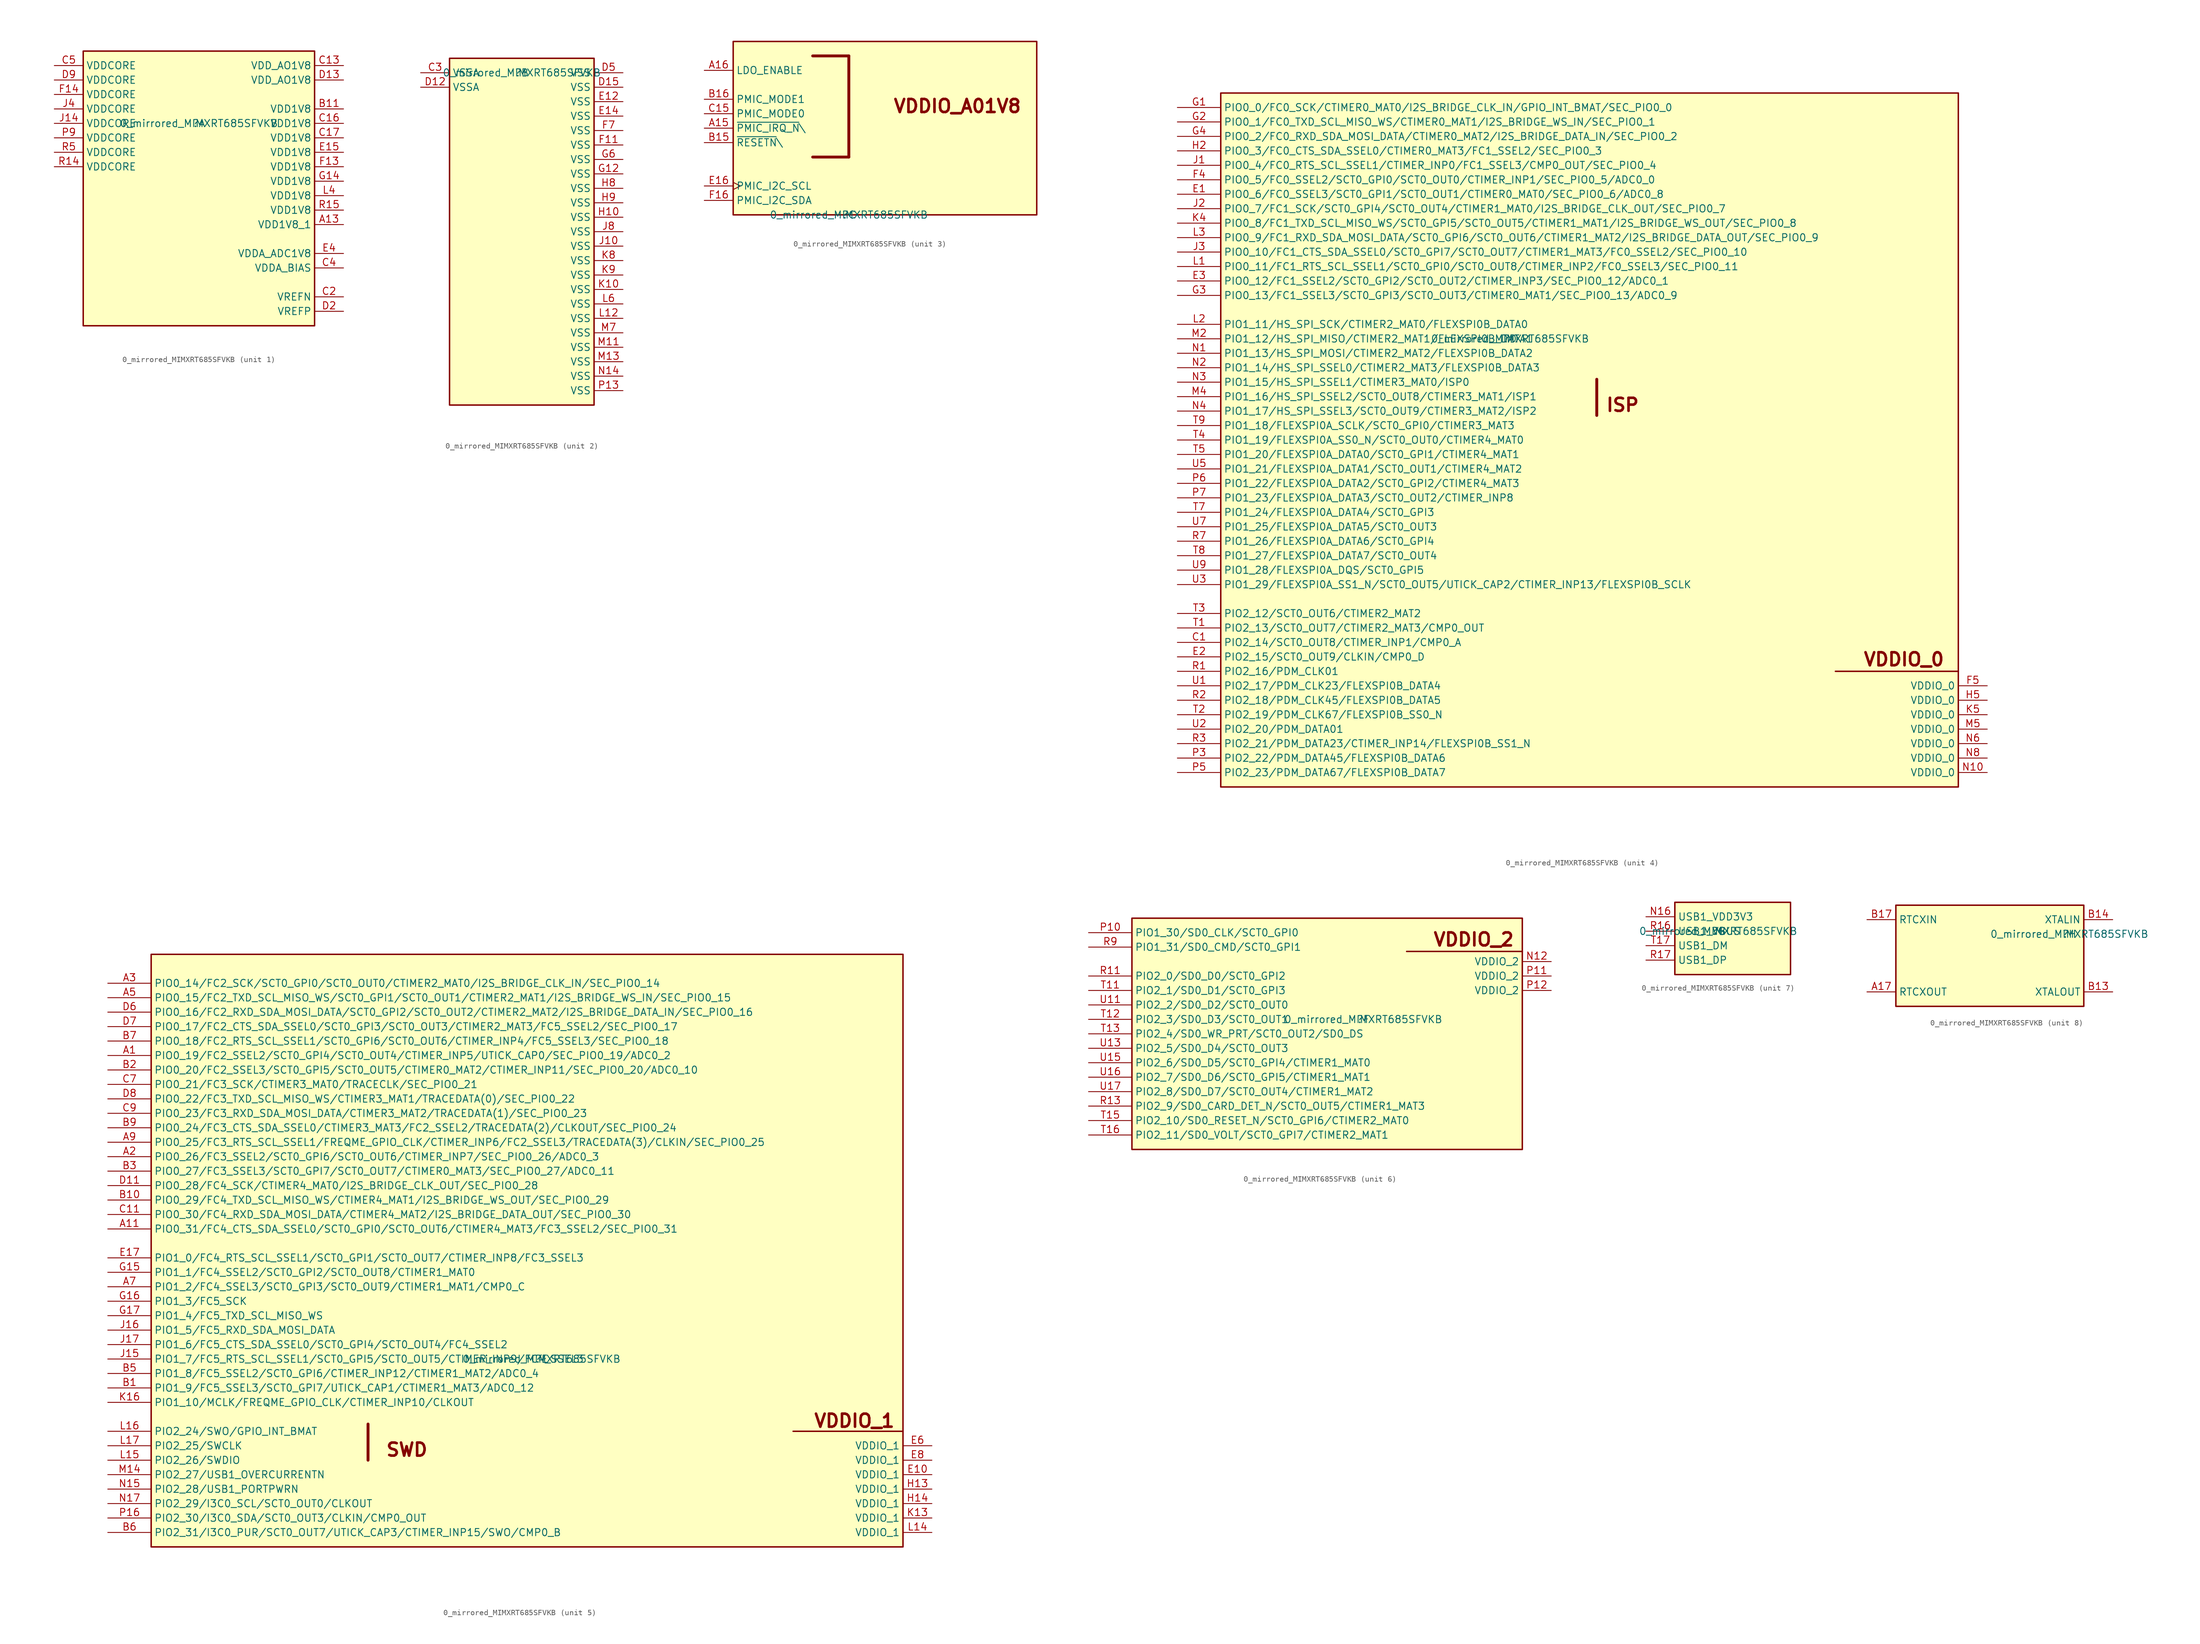
<source format=kicad_sym>
(kicad_symbol_lib
  (version 20211014)
  (generator kicad_symbol_editor)
  (symbol "0_mirrored_MIMXRT685SFVKB"
    (property "Reference" ""
      (at 0 0 0)
      (effects (font (size 1.27 1.27))))
    (property "Value" "0_mirrored_MIMXRT685SFVKB"
      (at 0 0 0)
      (effects (font (size 1.27 1.27))))
    (symbol "0_mirrored_MIMXRT685SFVKB_1_0"
      (rectangle (start 20.32 12.7) (end -20.32 -35.56) (stroke (width 0.254) (type default) (color 0 0 0 0)) (fill (type background)))
      (pin power_in line (at 25.4 -17.78 180) (length 5.08) (name "VDD1V8_1" (effects (font (size 1.27 1.27)))) (number "A13" (effects (font (size 1.27 1.27)))))
      (pin power_in line (at 25.4 2.54 180) (length 5.08) (name "VDD1V8" (effects (font (size 1.27 1.27)))) (number "B11" (effects (font (size 1.27 1.27)))))
      (pin power_in line (at 25.4 10.16 180) (length 5.08) (name "VDD_AO1V8" (effects (font (size 1.27 1.27)))) (number "C13" (effects (font (size 1.27 1.27)))))
      (pin power_in line (at 25.4 0 180) (length 5.08) (name "VDD1V8" (effects (font (size 1.27 1.27)))) (number "C16" (effects (font (size 1.27 1.27)))))
      (pin power_in line (at 25.4 -2.54 180) (length 5.08) (name "VDD1V8" (effects (font (size 1.27 1.27)))) (number "C17" (effects (font (size 1.27 1.27)))))
      (pin power_in line (at 25.4 -30.48 180) (length 5.08) (name "VREFN" (effects (font (size 1.27 1.27)))) (number "C2" (effects (font (size 1.27 1.27)))))
      (pin power_in line (at 25.4 -25.4 180) (length 5.08) (name "VDDA_BIAS" (effects (font (size 1.27 1.27)))) (number "C4" (effects (font (size 1.27 1.27)))))
      (pin power_in line (at -25.4 10.16 0) (length 5.08) (name "VDDCORE" (effects (font (size 1.27 1.27)))) (number "C5" (effects (font (size 1.27 1.27)))))
      (pin power_in line (at 25.4 7.62 180) (length 5.08) (name "VDD_AO1V8" (effects (font (size 1.27 1.27)))) (number "D13" (effects (font (size 1.27 1.27)))))
      (pin power_in line (at 25.4 -33.02 180) (length 5.08) (name "VREFP" (effects (font (size 1.27 1.27)))) (number "D2" (effects (font (size 1.27 1.27)))))
      (pin power_in line (at -25.4 7.62 0) (length 5.08) (name "VDDCORE" (effects (font (size 1.27 1.27)))) (number "D9" (effects (font (size 1.27 1.27)))))
      (pin power_in line (at 25.4 -5.08 180) (length 5.08) (name "VDD1V8" (effects (font (size 1.27 1.27)))) (number "E15" (effects (font (size 1.27 1.27)))))
      (pin power_in line (at 25.4 -22.86 180) (length 5.08) (name "VDDA_ADC1V8" (effects (font (size 1.27 1.27)))) (number "E4" (effects (font (size 1.27 1.27)))))
      (pin power_in line (at 25.4 -7.62 180) (length 5.08) (name "VDD1V8" (effects (font (size 1.27 1.27)))) (number "F13" (effects (font (size 1.27 1.27)))))
      (pin power_in line (at -25.4 5.08 0) (length 5.08) (name "VDDCORE" (effects (font (size 1.27 1.27)))) (number "F14" (effects (font (size 1.27 1.27)))))
      (pin power_in line (at 25.4 -10.16 180) (length 5.08) (name "VDD1V8" (effects (font (size 1.27 1.27)))) (number "G14" (effects (font (size 1.27 1.27)))))
      (pin power_in line (at -25.4 0 0) (length 5.08) (name "VDDCORE" (effects (font (size 1.27 1.27)))) (number "J14" (effects (font (size 1.27 1.27)))))
      (pin power_in line (at -25.4 2.54 0) (length 5.08) (name "VDDCORE" (effects (font (size 1.27 1.27)))) (number "J4" (effects (font (size 1.27 1.27)))))
      (pin power_in line (at 25.4 -12.7 180) (length 5.08) (name "VDD1V8" (effects (font (size 1.27 1.27)))) (number "L4" (effects (font (size 1.27 1.27)))))
      (pin power_in line (at -25.4 -2.54 0) (length 5.08) (name "VDDCORE" (effects (font (size 1.27 1.27)))) (number "P9" (effects (font (size 1.27 1.27)))))
      (pin power_in line (at -25.4 -7.62 0) (length 5.08) (name "VDDCORE" (effects (font (size 1.27 1.27)))) (number "R14" (effects (font (size 1.27 1.27)))))
      (pin power_in line (at 25.4 -15.24 180) (length 5.08) (name "VDD1V8" (effects (font (size 1.27 1.27)))) (number "R15" (effects (font (size 1.27 1.27)))))
      (pin power_in line (at -25.4 -5.08 0) (length 5.08) (name "VDDCORE" (effects (font (size 1.27 1.27)))) (number "R5" (effects (font (size 1.27 1.27))))))
    (symbol "0_mirrored_MIMXRT685SFVKB_2_0"
      (rectangle (start 12.7 2.54) (end -12.7 -58.42) (stroke (width 0.254) (type default) (color 0 0 0 0)) (fill (type background)))
      (pin power_in line (at -17.78 0 0) (length 5.08) (name "VSSA" (effects (font (size 1.27 1.27)))) (number "C3" (effects (font (size 1.27 1.27)))))
      (pin power_in line (at -17.78 -2.54 0) (length 5.08) (name "VSSA" (effects (font (size 1.27 1.27)))) (number "D12" (effects (font (size 1.27 1.27)))))
      (pin power_in line (at 17.78 -2.54 180) (length 5.08) (name "VSS" (effects (font (size 1.27 1.27)))) (number "D15" (effects (font (size 1.27 1.27)))))
      (pin power_in line (at 17.78 0 180) (length 5.08) (name "VSS" (effects (font (size 1.27 1.27)))) (number "D5" (effects (font (size 1.27 1.27)))))
      (pin power_in line (at 17.78 -5.08 180) (length 5.08) (name "VSS" (effects (font (size 1.27 1.27)))) (number "E12" (effects (font (size 1.27 1.27)))))
      (pin power_in line (at 17.78 -7.62 180) (length 5.08) (name "VSS" (effects (font (size 1.27 1.27)))) (number "E14" (effects (font (size 1.27 1.27)))))
      (pin power_in line (at 17.78 -12.7 180) (length 5.08) (name "VSS" (effects (font (size 1.27 1.27)))) (number "F11" (effects (font (size 1.27 1.27)))))
      (pin power_in line (at 17.78 -10.16 180) (length 5.08) (name "VSS" (effects (font (size 1.27 1.27)))) (number "F7" (effects (font (size 1.27 1.27)))))
      (pin power_in line (at 17.78 -17.78 180) (length 5.08) (name "VSS" (effects (font (size 1.27 1.27)))) (number "G12" (effects (font (size 1.27 1.27)))))
      (pin power_in line (at 17.78 -15.24 180) (length 5.08) (name "VSS" (effects (font (size 1.27 1.27)))) (number "G6" (effects (font (size 1.27 1.27)))))
      (pin power_in line (at 17.78 -25.4 180) (length 5.08) (name "VSS" (effects (font (size 1.27 1.27)))) (number "H10" (effects (font (size 1.27 1.27)))))
      (pin power_in line (at 17.78 -20.32 180) (length 5.08) (name "VSS" (effects (font (size 1.27 1.27)))) (number "H8" (effects (font (size 1.27 1.27)))))
      (pin power_in line (at 17.78 -22.86 180) (length 5.08) (name "VSS" (effects (font (size 1.27 1.27)))) (number "H9" (effects (font (size 1.27 1.27)))))
      (pin power_in line (at 17.78 -30.48 180) (length 5.08) (name "VSS" (effects (font (size 1.27 1.27)))) (number "J10" (effects (font (size 1.27 1.27)))))
      (pin power_in line (at 17.78 -27.94 180) (length 5.08) (name "VSS" (effects (font (size 1.27 1.27)))) (number "J8" (effects (font (size 1.27 1.27)))))
      (pin power_in line (at 17.78 -38.1 180) (length 5.08) (name "VSS" (effects (font (size 1.27 1.27)))) (number "K10" (effects (font (size 1.27 1.27)))))
      (pin power_in line (at 17.78 -33.02 180) (length 5.08) (name "VSS" (effects (font (size 1.27 1.27)))) (number "K8" (effects (font (size 1.27 1.27)))))
      (pin power_in line (at 17.78 -35.56 180) (length 5.08) (name "VSS" (effects (font (size 1.27 1.27)))) (number "K9" (effects (font (size 1.27 1.27)))))
      (pin power_in line (at 17.78 -43.18 180) (length 5.08) (name "VSS" (effects (font (size 1.27 1.27)))) (number "L12" (effects (font (size 1.27 1.27)))))
      (pin power_in line (at 17.78 -40.64 180) (length 5.08) (name "VSS" (effects (font (size 1.27 1.27)))) (number "L6" (effects (font (size 1.27 1.27)))))
      (pin power_in line (at 17.78 -48.26 180) (length 5.08) (name "VSS" (effects (font (size 1.27 1.27)))) (number "M11" (effects (font (size 1.27 1.27)))))
      (pin power_in line (at 17.78 -50.8 180) (length 5.08) (name "VSS" (effects (font (size 1.27 1.27)))) (number "M13" (effects (font (size 1.27 1.27)))))
      (pin power_in line (at 17.78 -45.72 180) (length 5.08) (name "VSS" (effects (font (size 1.27 1.27)))) (number "M7" (effects (font (size 1.27 1.27)))))
      (pin power_in line (at 17.78 -53.34 180) (length 5.08) (name "VSS" (effects (font (size 1.27 1.27)))) (number "N14" (effects (font (size 1.27 1.27)))))
      (pin power_in line (at 17.78 -55.88 180) (length 5.08) (name "VSS" (effects (font (size 1.27 1.27)))) (number "P13" (effects (font (size 1.27 1.27))))))
    (symbol "0_mirrored_MIMXRT685SFVKB_3_0"
      (polyline (pts (xy 0 10.16) (xy -6.35 10.16)) (stroke (width 0.508) (type default) (color 0 0 0 0)) (fill (type none)))
      (polyline (pts (xy 0 27.94) (xy -6.35 27.94)) (stroke (width 0.508) (type default) (color 0 0 0 0)) (fill (type none)))
      (polyline (pts (xy 0 27.94) (xy 0 10.16)) (stroke (width 0.508) (type default) (color 0 0 0 0)) (fill (type none)))
      (rectangle (start 33.02 30.48) (end -20.32 0) (stroke (width 0.254) (type default) (color 0 0 0 0)) (fill (type background)))
      (text "VDDIO_A01V8" (at 30.48 17.78 0) (effects (font (size 2.286 2.286) bold) (justify right bottom)))
      (pin input line (at -25.4 15.24 0) (length 5.08) (name "~{PMIC_IRQ_N}\\" (effects (font (size 1.27 1.27)))) (number "A15" (effects (font (size 1.27 1.27)))))
      (pin input line (at -25.4 25.4 0) (length 5.08) (name "LDO_ENABLE" (effects (font (size 1.27 1.27)))) (number "A16" (effects (font (size 1.27 1.27)))))
      (pin input line (at -25.4 12.7 0) (length 5.08) (name "~{RESETN}\\" (effects (font (size 1.27 1.27)))) (number "B15" (effects (font (size 1.27 1.27)))))
      (pin output line (at -25.4 20.32 0) (length 5.08) (name "PMIC_MODE1" (effects (font (size 1.27 1.27)))) (number "B16" (effects (font (size 1.27 1.27)))))
      (pin output line (at -25.4 17.78 0) (length 5.08) (name "PMIC_MODE0" (effects (font (size 1.27 1.27)))) (number "C15" (effects (font (size 1.27 1.27)))))
      (pin output clock (at -25.4 5.08 0) (length 5.08) (name "PMIC_I2C_SCL" (effects (font (size 1.27 1.27)))) (number "E16" (effects (font (size 1.27 1.27)))))
      (pin bidirectional line (at -25.4 2.54 0) (length 5.08) (name "PMIC_I2C_SDA" (effects (font (size 1.27 1.27)))) (number "F16" (effects (font (size 1.27 1.27))))))
    (symbol "0_mirrored_MIMXRT685SFVKB_4_0"
      (polyline (pts (xy 15.24 -7.112) (xy 15.24 -13.462)) (stroke (width 0.508) (type default) (color 0 0 0 0)) (fill (type none)))
      (polyline (pts (xy 78.74 -58.42) (xy 57.15 -58.42)) (stroke (width 0.254) (type default) (color 0 0 0 0)) (fill (type none)))
      (rectangle (start 78.74 43.18) (end -50.8 -78.74) (stroke (width 0.254) (type default) (color 0 0 0 0)) (fill (type background)))
      (text "ISP" (at 22.86 -12.954 0) (effects (font (size 2.286 2.286) bold) (justify right bottom)))
      (text "VDDIO_0" (at 76.454 -57.658 0) (effects (font (size 2.286 2.286) bold) (justify right bottom)))
      (pin passive line (at -58.42 -53.34 0) (length 7.62) (name "PIO2_14/SCT0_OUT8/CTIMER_INP1/CMP0_A" (effects (font (size 1.27 1.27)))) (number "C1" (effects (font (size 1.27 1.27)))))
      (pin passive line (at -58.42 25.4 0) (length 7.62) (name "PIO0_6/FC0_SSEL3/SCT0_GPI1/SCT0_OUT1/CTIMER0_MAT0/SEC_PIO0_6/ADC0_8" (effects (font (size 1.27 1.27)))) (number "E1" (effects (font (size 1.27 1.27)))))
      (pin passive line (at -58.42 -55.88 0) (length 7.62) (name "PIO2_15/SCT0_OUT9/CLKIN/CMP0_D" (effects (font (size 1.27 1.27)))) (number "E2" (effects (font (size 1.27 1.27)))))
      (pin passive line (at -58.42 10.16 0) (length 7.62) (name "PIO0_12/FC1_SSEL2/SCT0_GPI2/SCT0_OUT2/CTIMER_INP3/SEC_PIO0_12/ADC0_1" (effects (font (size 1.27 1.27)))) (number "E3" (effects (font (size 1.27 1.27)))))
      (pin passive line (at -58.42 27.94 0) (length 7.62) (name "PIO0_5/FC0_SSEL2/SCT0_GPI0/SCT0_OUT0/CTIMER_INP1/SEC_PIO0_5/ADC0_0" (effects (font (size 1.27 1.27)))) (number "F4" (effects (font (size 1.27 1.27)))))
      (pin power_in line (at 83.82 -60.96 180) (length 5.08) (name "VDDIO_0" (effects (font (size 1.27 1.27)))) (number "F5" (effects (font (size 1.27 1.27)))))
      (pin passive line (at -58.42 40.64 0) (length 7.62) (name "PIO0_0/FC0_SCK/CTIMER0_MAT0/I2S_BRIDGE_CLK_IN/GPIO_INT_BMAT/SEC_PIO0_0" (effects (font (size 1.27 1.27)))) (number "G1" (effects (font (size 1.27 1.27)))))
      (pin passive line (at -58.42 38.1 0) (length 7.62) (name "PIO0_1/FC0_TXD_SCL_MISO_WS/CTIMER0_MAT1/I2S_BRIDGE_WS_IN/SEC_PIO0_1" (effects (font (size 1.27 1.27)))) (number "G2" (effects (font (size 1.27 1.27)))))
      (pin passive line (at -58.42 7.62 0) (length 7.62) (name "PIO0_13/FC1_SSEL3/SCT0_GPI3/SCT0_OUT3/CTIMER0_MAT1/SEC_PIO0_13/ADC0_9" (effects (font (size 1.27 1.27)))) (number "G3" (effects (font (size 1.27 1.27)))))
      (pin passive line (at -58.42 35.56 0) (length 7.62) (name "PIO0_2/FC0_RXD_SDA_MOSI_DATA/CTIMER0_MAT2/I2S_BRIDGE_DATA_IN/SEC_PIO0_2" (effects (font (size 1.27 1.27)))) (number "G4" (effects (font (size 1.27 1.27)))))
      (pin passive line (at -58.42 33.02 0) (length 7.62) (name "PIO0_3/FC0_CTS_SDA_SSEL0/CTIMER0_MAT3/FC1_SSEL2/SEC_PIO0_3" (effects (font (size 1.27 1.27)))) (number "H2" (effects (font (size 1.27 1.27)))))
      (pin power_in line (at 83.82 -63.5 180) (length 5.08) (name "VDDIO_0" (effects (font (size 1.27 1.27)))) (number "H5" (effects (font (size 1.27 1.27)))))
      (pin passive line (at -58.42 30.48 0) (length 7.62) (name "PIO0_4/FC0_RTS_SCL_SSEL1/CTIMER_INP0/FC1_SSEL3/CMP0_OUT/SEC_PIO0_4" (effects (font (size 1.27 1.27)))) (number "J1" (effects (font (size 1.27 1.27)))))
      (pin passive line (at -58.42 22.86 0) (length 7.62) (name "PIO0_7/FC1_SCK/SCT0_GPI4/SCT0_OUT4/CTIMER1_MAT0/I2S_BRIDGE_CLK_OUT/SEC_PIO0_7" (effects (font (size 1.27 1.27)))) (number "J2" (effects (font (size 1.27 1.27)))))
      (pin passive line (at -58.42 15.24 0) (length 7.62) (name "PIO0_10/FC1_CTS_SDA_SSEL0/SCT0_GPI7/SCT0_OUT7/CTIMER1_MAT3/FC0_SSEL2/SEC_PIO0_10" (effects (font (size 1.27 1.27)))) (number "J3" (effects (font (size 1.27 1.27)))))
      (pin passive line (at -58.42 20.32 0) (length 7.62) (name "PIO0_8/FC1_TXD_SCL_MISO_WS/SCT0_GPI5/SCT0_OUT5/CTIMER1_MAT1/I2S_BRIDGE_WS_OUT/SEC_PIO0_8" (effects (font (size 1.27 1.27)))) (number "K4" (effects (font (size 1.27 1.27)))))
      (pin power_in line (at 83.82 -66.04 180) (length 5.08) (name "VDDIO_0" (effects (font (size 1.27 1.27)))) (number "K5" (effects (font (size 1.27 1.27)))))
      (pin passive line (at -58.42 12.7 0) (length 7.62) (name "PIO0_11/FC1_RTS_SCL_SSEL1/SCT0_GPI0/SCT0_OUT8/CTIMER_INP2/FC0_SSEL3/SEC_PIO0_11" (effects (font (size 1.27 1.27)))) (number "L1" (effects (font (size 1.27 1.27)))))
      (pin passive line (at -58.42 2.54 0) (length 7.62) (name "PIO1_11/HS_SPI_SCK/CTIMER2_MAT0/FLEXSPI0B_DATA0" (effects (font (size 1.27 1.27)))) (number "L2" (effects (font (size 1.27 1.27)))))
      (pin passive line (at -58.42 17.78 0) (length 7.62) (name "PIO0_9/FC1_RXD_SDA_MOSI_DATA/SCT0_GPI6/SCT0_OUT6/CTIMER1_MAT2/I2S_BRIDGE_DATA_OUT/SEC_PIO0_9" (effects (font (size 1.27 1.27)))) (number "L3" (effects (font (size 1.27 1.27)))))
      (pin passive line (at -58.42 0 0) (length 7.62) (name "PIO1_12/HS_SPI_MISO/CTIMER2_MAT1/FLEXSPI0B_DATA1" (effects (font (size 1.27 1.27)))) (number "M2" (effects (font (size 1.27 1.27)))))
      (pin passive line (at -58.42 -10.16 0) (length 7.62) (name "PIO1_16/HS_SPI_SSEL2/SCT0_OUT8/CTIMER3_MAT1/ISP1" (effects (font (size 1.27 1.27)))) (number "M4" (effects (font (size 1.27 1.27)))))
      (pin power_in line (at 83.82 -68.58 180) (length 5.08) (name "VDDIO_0" (effects (font (size 1.27 1.27)))) (number "M5" (effects (font (size 1.27 1.27)))))
      (pin passive line (at -58.42 -2.54 0) (length 7.62) (name "PIO1_13/HS_SPI_MOSI/CTIMER2_MAT2/FLEXSPI0B_DATA2" (effects (font (size 1.27 1.27)))) (number "N1" (effects (font (size 1.27 1.27)))))
      (pin power_in line (at 83.82 -76.2 180) (length 5.08) (name "VDDIO_0" (effects (font (size 1.27 1.27)))) (number "N10" (effects (font (size 1.27 1.27)))))
      (pin passive line (at -58.42 -5.08 0) (length 7.62) (name "PIO1_14/HS_SPI_SSEL0/CTIMER2_MAT3/FLEXSPI0B_DATA3" (effects (font (size 1.27 1.27)))) (number "N2" (effects (font (size 1.27 1.27)))))
      (pin passive line (at -58.42 -7.62 0) (length 7.62) (name "PIO1_15/HS_SPI_SSEL1/CTIMER3_MAT0/ISP0" (effects (font (size 1.27 1.27)))) (number "N3" (effects (font (size 1.27 1.27)))))
      (pin passive line (at -58.42 -12.7 0) (length 7.62) (name "PIO1_17/HS_SPI_SSEL3/SCT0_OUT9/CTIMER3_MAT2/ISP2" (effects (font (size 1.27 1.27)))) (number "N4" (effects (font (size 1.27 1.27)))))
      (pin power_in line (at 83.82 -71.12 180) (length 5.08) (name "VDDIO_0" (effects (font (size 1.27 1.27)))) (number "N6" (effects (font (size 1.27 1.27)))))
      (pin power_in line (at 83.82 -73.66 180) (length 5.08) (name "VDDIO_0" (effects (font (size 1.27 1.27)))) (number "N8" (effects (font (size 1.27 1.27)))))
      (pin passive line (at -58.42 -73.66 0) (length 7.62) (name "PIO2_22/PDM_DATA45/FLEXSPI0B_DATA6" (effects (font (size 1.27 1.27)))) (number "P3" (effects (font (size 1.27 1.27)))))
      (pin passive line (at -58.42 -76.2 0) (length 7.62) (name "PIO2_23/PDM_DATA67/FLEXSPI0B_DATA7" (effects (font (size 1.27 1.27)))) (number "P5" (effects (font (size 1.27 1.27)))))
      (pin passive line (at -58.42 -25.4 0) (length 7.62) (name "PIO1_22/FLEXSPI0A_DATA2/SCT0_GPI2/CTIMER4_MAT3" (effects (font (size 1.27 1.27)))) (number "P6" (effects (font (size 1.27 1.27)))))
      (pin passive line (at -58.42 -27.94 0) (length 7.62) (name "PIO1_23/FLEXSPI0A_DATA3/SCT0_OUT2/CTIMER_INP8" (effects (font (size 1.27 1.27)))) (number "P7" (effects (font (size 1.27 1.27)))))
      (pin passive line (at -58.42 -58.42 0) (length 7.62) (name "PIO2_16/PDM_CLK01" (effects (font (size 1.27 1.27)))) (number "R1" (effects (font (size 1.27 1.27)))))
      (pin passive line (at -58.42 -63.5 0) (length 7.62) (name "PIO2_18/PDM_CLK45/FLEXSPI0B_DATA5" (effects (font (size 1.27 1.27)))) (number "R2" (effects (font (size 1.27 1.27)))))
      (pin passive line (at -58.42 -71.12 0) (length 7.62) (name "PIO2_21/PDM_DATA23/CTIMER_INP14/FLEXSPI0B_SS1_N" (effects (font (size 1.27 1.27)))) (number "R3" (effects (font (size 1.27 1.27)))))
      (pin passive line (at -58.42 -35.56 0) (length 7.62) (name "PIO1_26/FLEXSPI0A_DATA6/SCT0_GPI4" (effects (font (size 1.27 1.27)))) (number "R7" (effects (font (size 1.27 1.27)))))
      (pin passive line (at -58.42 -50.8 0) (length 7.62) (name "PIO2_13/SCT0_OUT7/CTIMER2_MAT3/CMP0_OUT" (effects (font (size 1.27 1.27)))) (number "T1" (effects (font (size 1.27 1.27)))))
      (pin passive line (at -58.42 -66.04 0) (length 7.62) (name "PIO2_19/PDM_CLK67/FLEXSPI0B_SS0_N" (effects (font (size 1.27 1.27)))) (number "T2" (effects (font (size 1.27 1.27)))))
      (pin passive line (at -58.42 -48.26 0) (length 7.62) (name "PIO2_12/SCT0_OUT6/CTIMER2_MAT2" (effects (font (size 1.27 1.27)))) (number "T3" (effects (font (size 1.27 1.27)))))
      (pin passive line (at -58.42 -17.78 0) (length 7.62) (name "PIO1_19/FLEXSPI0A_SS0_N/SCT0_OUT0/CTIMER4_MAT0" (effects (font (size 1.27 1.27)))) (number "T4" (effects (font (size 1.27 1.27)))))
      (pin passive line (at -58.42 -20.32 0) (length 7.62) (name "PIO1_20/FLEXSPI0A_DATA0/SCT0_GPI1/CTIMER4_MAT1" (effects (font (size 1.27 1.27)))) (number "T5" (effects (font (size 1.27 1.27)))))
      (pin passive line (at -58.42 -30.48 0) (length 7.62) (name "PIO1_24/FLEXSPI0A_DATA4/SCT0_GPI3" (effects (font (size 1.27 1.27)))) (number "T7" (effects (font (size 1.27 1.27)))))
      (pin passive line (at -58.42 -38.1 0) (length 7.62) (name "PIO1_27/FLEXSPI0A_DATA7/SCT0_OUT4" (effects (font (size 1.27 1.27)))) (number "T8" (effects (font (size 1.27 1.27)))))
      (pin passive line (at -58.42 -15.24 0) (length 7.62) (name "PIO1_18/FLEXSPI0A_SCLK/SCT0_GPI0/CTIMER3_MAT3" (effects (font (size 1.27 1.27)))) (number "T9" (effects (font (size 1.27 1.27)))))
      (pin passive line (at -58.42 -60.96 0) (length 7.62) (name "PIO2_17/PDM_CLK23/FLEXSPI0B_DATA4" (effects (font (size 1.27 1.27)))) (number "U1" (effects (font (size 1.27 1.27)))))
      (pin passive line (at -58.42 -68.58 0) (length 7.62) (name "PIO2_20/PDM_DATA01" (effects (font (size 1.27 1.27)))) (number "U2" (effects (font (size 1.27 1.27)))))
      (pin passive line (at -58.42 -43.18 0) (length 7.62) (name "PIO1_29/FLEXSPI0A_SS1_N/SCT0_OUT5/UTICK_CAP2/CTIMER_INP13/FLEXSPI0B_SCLK" (effects (font (size 1.27 1.27)))) (number "U3" (effects (font (size 1.27 1.27)))))
      (pin passive line (at -58.42 -22.86 0) (length 7.62) (name "PIO1_21/FLEXSPI0A_DATA1/SCT0_OUT1/CTIMER4_MAT2" (effects (font (size 1.27 1.27)))) (number "U5" (effects (font (size 1.27 1.27)))))
      (pin passive line (at -58.42 -33.02 0) (length 7.62) (name "PIO1_25/FLEXSPI0A_DATA5/SCT0_OUT3" (effects (font (size 1.27 1.27)))) (number "U7" (effects (font (size 1.27 1.27)))))
      (pin passive line (at -58.42 -40.64 0) (length 7.62) (name "PIO1_28/FLEXSPI0A_DQS/SCT0_GPI5" (effects (font (size 1.27 1.27)))) (number "U9" (effects (font (size 1.27 1.27))))))
    (symbol "0_mirrored_MIMXRT685SFVKB_5_0"
      (polyline (pts (xy -30.48 -11.43) (xy -30.48 -17.78)) (stroke (width 0.508) (type default) (color 0 0 0 0)) (fill (type none)))
      (polyline (pts (xy 63.5 -12.7) (xy 44.196 -12.7)) (stroke (width 0.254) (type default) (color 0 0 0 0)) (fill (type none)))
      (rectangle (start 63.5 71.12) (end -68.58 -33.02) (stroke (width 0.254) (type default) (color 0 0 0 0)) (fill (type background)))
      (text "SWD" (at -19.812 -17.272 0) (effects (font (size 2.286 2.286) bold) (justify right bottom)))
      (text "VDDIO_1" (at 62.23 -12.192 0) (effects (font (size 2.286 2.286) bold) (justify right bottom)))
      (pin passive line (at -76.2 53.34 0) (length 7.62) (name "PIO0_19/FC2_SSEL2/SCT0_GPI4/SCT0_OUT4/CTIMER_INP5/UTICK_CAP0/SEC_PIO0_19/ADC0_2" (effects (font (size 1.27 1.27)))) (number "A1" (effects (font (size 1.27 1.27)))))
      (pin passive line (at -76.2 22.86 0) (length 7.62) (name "PIO0_31/FC4_CTS_SDA_SSEL0/SCT0_GPI0/SCT0_OUT6/CTIMER4_MAT3/FC3_SSEL2/SEC_PIO0_31" (effects (font (size 1.27 1.27)))) (number "A11" (effects (font (size 1.27 1.27)))))
      (pin passive line (at -76.2 35.56 0) (length 7.62) (name "PIO0_26/FC3_SSEL2/SCT0_GPI6/SCT0_OUT6/CTIMER_INP7/SEC_PIO0_26/ADC0_3" (effects (font (size 1.27 1.27)))) (number "A2" (effects (font (size 1.27 1.27)))))
      (pin passive line (at -76.2 66.04 0) (length 7.62) (name "PIO0_14/FC2_SCK/SCT0_GPI0/SCT0_OUT0/CTIMER2_MAT0/I2S_BRIDGE_CLK_IN/SEC_PIO0_14" (effects (font (size 1.27 1.27)))) (number "A3" (effects (font (size 1.27 1.27)))))
      (pin passive line (at -76.2 63.5 0) (length 7.62) (name "PIO0_15/FC2_TXD_SCL_MISO_WS/SCT0_GPI1/SCT0_OUT1/CTIMER2_MAT1/I2S_BRIDGE_WS_IN/SEC_PIO0_15" (effects (font (size 1.27 1.27)))) (number "A5" (effects (font (size 1.27 1.27)))))
      (pin passive line (at -76.2 12.7 0) (length 7.62) (name "PIO1_2/FC4_SSEL3/SCT0_GPI3/SCT0_OUT9/CTIMER1_MAT1/CMP0_C" (effects (font (size 1.27 1.27)))) (number "A7" (effects (font (size 1.27 1.27)))))
      (pin passive line (at -76.2 38.1 0) (length 7.62) (name "PIO0_25/FC3_RTS_SCL_SSEL1/FREQME_GPIO_CLK/CTIMER_INP6/FC2_SSEL3/TRACEDATA(3)/CLKIN/SEC_PIO0_25" (effects (font (size 1.27 1.27)))) (number "A9" (effects (font (size 1.27 1.27)))))
      (pin passive line (at -76.2 -5.08 0) (length 7.62) (name "PIO1_9/FC5_SSEL3/SCT0_GPI7/UTICK_CAP1/CTIMER1_MAT3/ADC0_12" (effects (font (size 1.27 1.27)))) (number "B1" (effects (font (size 1.27 1.27)))))
      (pin passive line (at -76.2 27.94 0) (length 7.62) (name "PIO0_29/FC4_TXD_SCL_MISO_WS/CTIMER4_MAT1/I2S_BRIDGE_WS_OUT/SEC_PIO0_29" (effects (font (size 1.27 1.27)))) (number "B10" (effects (font (size 1.27 1.27)))))
      (pin passive line (at -76.2 50.8 0) (length 7.62) (name "PIO0_20/FC2_SSEL3/SCT0_GPI5/SCT0_OUT5/CTIMER0_MAT2/CTIMER_INP11/SEC_PIO0_20/ADC0_10" (effects (font (size 1.27 1.27)))) (number "B2" (effects (font (size 1.27 1.27)))))
      (pin passive line (at -76.2 33.02 0) (length 7.62) (name "PIO0_27/FC3_SSEL3/SCT0_GPI7/SCT0_OUT7/CTIMER0_MAT3/SEC_PIO0_27/ADC0_11" (effects (font (size 1.27 1.27)))) (number "B3" (effects (font (size 1.27 1.27)))))
      (pin passive line (at -76.2 -2.54 0) (length 7.62) (name "PIO1_8/FC5_SSEL2/SCT0_GPI6/CTIMER_INP12/CTIMER1_MAT2/ADC0_4" (effects (font (size 1.27 1.27)))) (number "B5" (effects (font (size 1.27 1.27)))))
      (pin passive line (at -76.2 -30.48 0) (length 7.62) (name "PIO2_31/I3C0_PUR/SCT0_OUT7/UTICK_CAP3/CTIMER_INP15/SWO/CMP0_B" (effects (font (size 1.27 1.27)))) (number "B6" (effects (font (size 1.27 1.27)))))
      (pin passive line (at -76.2 55.88 0) (length 7.62) (name "PIO0_18/FC2_RTS_SCL_SSEL1/SCT0_GPI6/SCT0_OUT6/CTIMER_INP4/FC5_SSEL3/SEC_PIO0_18" (effects (font (size 1.27 1.27)))) (number "B7" (effects (font (size 1.27 1.27)))))
      (pin passive line (at -76.2 40.64 0) (length 7.62) (name "PIO0_24/FC3_CTS_SDA_SSEL0/CTIMER3_MAT3/FC2_SSEL2/TRACEDATA(2)/CLKOUT/SEC_PIO0_24" (effects (font (size 1.27 1.27)))) (number "B9" (effects (font (size 1.27 1.27)))))
      (pin passive line (at -76.2 25.4 0) (length 7.62) (name "PIO0_30/FC4_RXD_SDA_MOSI_DATA/CTIMER4_MAT2/I2S_BRIDGE_DATA_OUT/SEC_PIO0_30" (effects (font (size 1.27 1.27)))) (number "C11" (effects (font (size 1.27 1.27)))))
      (pin passive line (at -76.2 48.26 0) (length 7.62) (name "PIO0_21/FC3_SCK/CTIMER3_MAT0/TRACECLK/SEC_PIO0_21" (effects (font (size 1.27 1.27)))) (number "C7" (effects (font (size 1.27 1.27)))))
      (pin passive line (at -76.2 43.18 0) (length 7.62) (name "PIO0_23/FC3_RXD_SDA_MOSI_DATA/CTIMER3_MAT2/TRACEDATA(1)/SEC_PIO0_23" (effects (font (size 1.27 1.27)))) (number "C9" (effects (font (size 1.27 1.27)))))
      (pin passive line (at -76.2 30.48 0) (length 7.62) (name "PIO0_28/FC4_SCK/CTIMER4_MAT0/I2S_BRIDGE_CLK_OUT/SEC_PIO0_28" (effects (font (size 1.27 1.27)))) (number "D11" (effects (font (size 1.27 1.27)))))
      (pin passive line (at -76.2 60.96 0) (length 7.62) (name "PIO0_16/FC2_RXD_SDA_MOSI_DATA/SCT0_GPI2/SCT0_OUT2/CTIMER2_MAT2/I2S_BRIDGE_DATA_IN/SEC_PIO0_16" (effects (font (size 1.27 1.27)))) (number "D6" (effects (font (size 1.27 1.27)))))
      (pin passive line (at -76.2 58.42 0) (length 7.62) (name "PIO0_17/FC2_CTS_SDA_SSEL0/SCT0_GPI3/SCT0_OUT3/CTIMER2_MAT3/FC5_SSEL2/SEC_PIO0_17" (effects (font (size 1.27 1.27)))) (number "D7" (effects (font (size 1.27 1.27)))))
      (pin passive line (at -76.2 45.72 0) (length 7.62) (name "PIO0_22/FC3_TXD_SCL_MISO_WS/CTIMER3_MAT1/TRACEDATA(0)/SEC_PIO0_22" (effects (font (size 1.27 1.27)))) (number "D8" (effects (font (size 1.27 1.27)))))
      (pin power_in line (at 68.58 -20.32 180) (length 5.08) (name "VDDIO_1" (effects (font (size 1.27 1.27)))) (number "E10" (effects (font (size 1.27 1.27)))))
      (pin passive line (at -76.2 17.78 0) (length 7.62) (name "PIO1_0/FC4_RTS_SCL_SSEL1/SCT0_GPI1/SCT0_OUT7/CTIMER_INP8/FC3_SSEL3" (effects (font (size 1.27 1.27)))) (number "E17" (effects (font (size 1.27 1.27)))))
      (pin power_in line (at 68.58 -15.24 180) (length 5.08) (name "VDDIO_1" (effects (font (size 1.27 1.27)))) (number "E6" (effects (font (size 1.27 1.27)))))
      (pin power_in line (at 68.58 -17.78 180) (length 5.08) (name "VDDIO_1" (effects (font (size 1.27 1.27)))) (number "E8" (effects (font (size 1.27 1.27)))))
      (pin passive line (at -76.2 15.24 0) (length 7.62) (name "PIO1_1/FC4_SSEL2/SCT0_GPI2/SCT0_OUT8/CTIMER1_MAT0" (effects (font (size 1.27 1.27)))) (number "G15" (effects (font (size 1.27 1.27)))))
      (pin passive line (at -76.2 10.16 0) (length 7.62) (name "PIO1_3/FC5_SCK" (effects (font (size 1.27 1.27)))) (number "G16" (effects (font (size 1.27 1.27)))))
      (pin passive line (at -76.2 7.62 0) (length 7.62) (name "PIO1_4/FC5_TXD_SCL_MISO_WS" (effects (font (size 1.27 1.27)))) (number "G17" (effects (font (size 1.27 1.27)))))
      (pin power_in line (at 68.58 -22.86 180) (length 5.08) (name "VDDIO_1" (effects (font (size 1.27 1.27)))) (number "H13" (effects (font (size 1.27 1.27)))))
      (pin power_in line (at 68.58 -25.4 180) (length 5.08) (name "VDDIO_1" (effects (font (size 1.27 1.27)))) (number "H14" (effects (font (size 1.27 1.27)))))
      (pin passive line (at -76.2 0 0) (length 7.62) (name "PIO1_7/FC5_RTS_SCL_SSEL1/SCT0_GPI5/SCT0_OUT5/CTIMER_INP9/FC4_SSEL3" (effects (font (size 1.27 1.27)))) (number "J15" (effects (font (size 1.27 1.27)))))
      (pin passive line (at -76.2 5.08 0) (length 7.62) (name "PIO1_5/FC5_RXD_SDA_MOSI_DATA" (effects (font (size 1.27 1.27)))) (number "J16" (effects (font (size 1.27 1.27)))))
      (pin passive line (at -76.2 2.54 0) (length 7.62) (name "PIO1_6/FC5_CTS_SDA_SSEL0/SCT0_GPI4/SCT0_OUT4/FC4_SSEL2" (effects (font (size 1.27 1.27)))) (number "J17" (effects (font (size 1.27 1.27)))))
      (pin power_in line (at 68.58 -27.94 180) (length 5.08) (name "VDDIO_1" (effects (font (size 1.27 1.27)))) (number "K13" (effects (font (size 1.27 1.27)))))
      (pin passive line (at -76.2 -7.62 0) (length 7.62) (name "PIO1_10/MCLK/FREQME_GPIO_CLK/CTIMER_INP10/CLKOUT" (effects (font (size 1.27 1.27)))) (number "K16" (effects (font (size 1.27 1.27)))))
      (pin power_in line (at 68.58 -30.48 180) (length 5.08) (name "VDDIO_1" (effects (font (size 1.27 1.27)))) (number "L14" (effects (font (size 1.27 1.27)))))
      (pin passive line (at -76.2 -17.78 0) (length 7.62) (name "PIO2_26/SWDIO" (effects (font (size 1.27 1.27)))) (number "L15" (effects (font (size 1.27 1.27)))))
      (pin passive line (at -76.2 -12.7 0) (length 7.62) (name "PIO2_24/SWO/GPIO_INT_BMAT" (effects (font (size 1.27 1.27)))) (number "L16" (effects (font (size 1.27 1.27)))))
      (pin passive line (at -76.2 -15.24 0) (length 7.62) (name "PIO2_25/SWCLK" (effects (font (size 1.27 1.27)))) (number "L17" (effects (font (size 1.27 1.27)))))
      (pin passive line (at -76.2 -20.32 0) (length 7.62) (name "PIO2_27/USB1_OVERCURRENTN" (effects (font (size 1.27 1.27)))) (number "M14" (effects (font (size 1.27 1.27)))))
      (pin passive line (at -76.2 -22.86 0) (length 7.62) (name "PIO2_28/USB1_PORTPWRN" (effects (font (size 1.27 1.27)))) (number "N15" (effects (font (size 1.27 1.27)))))
      (pin passive line (at -76.2 -25.4 0) (length 7.62) (name "PIO2_29/I3C0_SCL/SCT0_OUT0/CLKOUT" (effects (font (size 1.27 1.27)))) (number "N17" (effects (font (size 1.27 1.27)))))
      (pin passive line (at -76.2 -27.94 0) (length 7.62) (name "PIO2_30/I3C0_SDA/SCT0_OUT3/CLKIN/CMP0_OUT" (effects (font (size 1.27 1.27)))) (number "P16" (effects (font (size 1.27 1.27))))))
    (symbol "0_mirrored_MIMXRT685SFVKB_6_0"
      (polyline (pts (xy 27.94 11.938) (xy 7.62 11.938)) (stroke (width 0.254) (type default) (color 0 0 0 0)) (fill (type none)))
      (rectangle (start 27.94 17.78) (end -40.64 -22.86) (stroke (width 0.254) (type default) (color 0 0 0 0)) (fill (type background)))
      (text "VDDIO_2" (at 26.67 12.7 0) (effects (font (size 2.286 2.286) bold) (justify right bottom)))
      (pin power_in line (at 33.02 10.16 180) (length 5.08) (name "VDDIO_2" (effects (font (size 1.27 1.27)))) (number "N12" (effects (font (size 1.27 1.27)))))
      (pin passive line (at -48.26 15.24 0) (length 7.62) (name "PIO1_30/SD0_CLK/SCT0_GPI0" (effects (font (size 1.27 1.27)))) (number "P10" (effects (font (size 1.27 1.27)))))
      (pin power_in line (at 33.02 7.62 180) (length 5.08) (name "VDDIO_2" (effects (font (size 1.27 1.27)))) (number "P11" (effects (font (size 1.27 1.27)))))
      (pin power_in line (at 33.02 5.08 180) (length 5.08) (name "VDDIO_2" (effects (font (size 1.27 1.27)))) (number "P12" (effects (font (size 1.27 1.27)))))
      (pin passive line (at -48.26 7.62 0) (length 7.62) (name "PIO2_0/SD0_D0/SCT0_GPI2" (effects (font (size 1.27 1.27)))) (number "R11" (effects (font (size 1.27 1.27)))))
      (pin passive line (at -48.26 -15.24 0) (length 7.62) (name "PIO2_9/SD0_CARD_DET_N/SCT0_OUT5/CTIMER1_MAT3" (effects (font (size 1.27 1.27)))) (number "R13" (effects (font (size 1.27 1.27)))))
      (pin passive line (at -48.26 12.7 0) (length 7.62) (name "PIO1_31/SD0_CMD/SCT0_GPI1" (effects (font (size 1.27 1.27)))) (number "R9" (effects (font (size 1.27 1.27)))))
      (pin passive line (at -48.26 5.08 0) (length 7.62) (name "PIO2_1/SD0_D1/SCT0_GPI3" (effects (font (size 1.27 1.27)))) (number "T11" (effects (font (size 1.27 1.27)))))
      (pin passive line (at -48.26 0 0) (length 7.62) (name "PIO2_3/SD0_D3/SCT0_OUT1" (effects (font (size 1.27 1.27)))) (number "T12" (effects (font (size 1.27 1.27)))))
      (pin passive line (at -48.26 -2.54 0) (length 7.62) (name "PIO2_4/SD0_WR_PRT/SCT0_OUT2/SD0_DS" (effects (font (size 1.27 1.27)))) (number "T13" (effects (font (size 1.27 1.27)))))
      (pin passive line (at -48.26 -17.78 0) (length 7.62) (name "PIO2_10/SD0_RESET_N/SCT0_GPI6/CTIMER2_MAT0" (effects (font (size 1.27 1.27)))) (number "T15" (effects (font (size 1.27 1.27)))))
      (pin passive line (at -48.26 -20.32 0) (length 7.62) (name "PIO2_11/SD0_VOLT/SCT0_GPI7/CTIMER2_MAT1" (effects (font (size 1.27 1.27)))) (number "T16" (effects (font (size 1.27 1.27)))))
      (pin passive line (at -48.26 2.54 0) (length 7.62) (name "PIO2_2/SD0_D2/SCT0_OUT0" (effects (font (size 1.27 1.27)))) (number "U11" (effects (font (size 1.27 1.27)))))
      (pin passive line (at -48.26 -5.08 0) (length 7.62) (name "PIO2_5/SD0_D4/SCT0_OUT3" (effects (font (size 1.27 1.27)))) (number "U13" (effects (font (size 1.27 1.27)))))
      (pin passive line (at -48.26 -7.62 0) (length 7.62) (name "PIO2_6/SD0_D5/SCT0_GPI4/CTIMER1_MAT0" (effects (font (size 1.27 1.27)))) (number "U15" (effects (font (size 1.27 1.27)))))
      (pin passive line (at -48.26 -10.16 0) (length 7.62) (name "PIO2_7/SD0_D6/SCT0_GPI5/CTIMER1_MAT1" (effects (font (size 1.27 1.27)))) (number "U16" (effects (font (size 1.27 1.27)))))
      (pin passive line (at -48.26 -12.7 0) (length 7.62) (name "PIO2_8/SD0_D7/SCT0_OUT4/CTIMER1_MAT2" (effects (font (size 1.27 1.27)))) (number "U17" (effects (font (size 1.27 1.27))))))
    (symbol "0_mirrored_MIMXRT685SFVKB_7_0"
      (rectangle (start 12.7 5.08) (end -7.62 -7.62) (stroke (width 0.254) (type default) (color 0 0 0 0)) (fill (type background)))
      (pin power_in line (at -12.7 2.54 0) (length 5.08) (name "USB1_VDD3V3" (effects (font (size 1.27 1.27)))) (number "N16" (effects (font (size 1.27 1.27)))))
      (pin input line (at -12.7 0 0) (length 5.08) (name "USB1_VBUS" (effects (font (size 1.27 1.27)))) (number "R16" (effects (font (size 1.27 1.27)))))
      (pin bidirectional line (at -12.7 -5.08 0) (length 5.08) (name "USB1_DP" (effects (font (size 1.27 1.27)))) (number "R17" (effects (font (size 1.27 1.27)))))
      (pin bidirectional line (at -12.7 -2.54 0) (length 5.08) (name "USB1_DM" (effects (font (size 1.27 1.27)))) (number "T17" (effects (font (size 1.27 1.27))))))
    (symbol "0_mirrored_MIMXRT685SFVKB_8_0"
      (rectangle (start 2.54 5.08) (end -30.48 -12.7) (stroke (width 0.254) (type default) (color 0 0 0 0)) (fill (type background)))
      (pin output line (at -35.56 -10.16 0) (length 5.08) (name "RTCXOUT" (effects (font (size 1.27 1.27)))) (number "A17" (effects (font (size 1.27 1.27)))))
      (pin output line (at 7.62 -10.16 180) (length 5.08) (name "XTALOUT" (effects (font (size 1.27 1.27)))) (number "B13" (effects (font (size 1.27 1.27)))))
      (pin input line (at 7.62 2.54 180) (length 5.08) (name "XTALIN" (effects (font (size 1.27 1.27)))) (number "B14" (effects (font (size 1.27 1.27)))))
      (pin input line (at -35.56 2.54 0) (length 5.08) (name "RTCXIN" (effects (font (size 1.27 1.27)))) (number "B17" (effects (font (size 1.27 1.27))))))))
</source>
